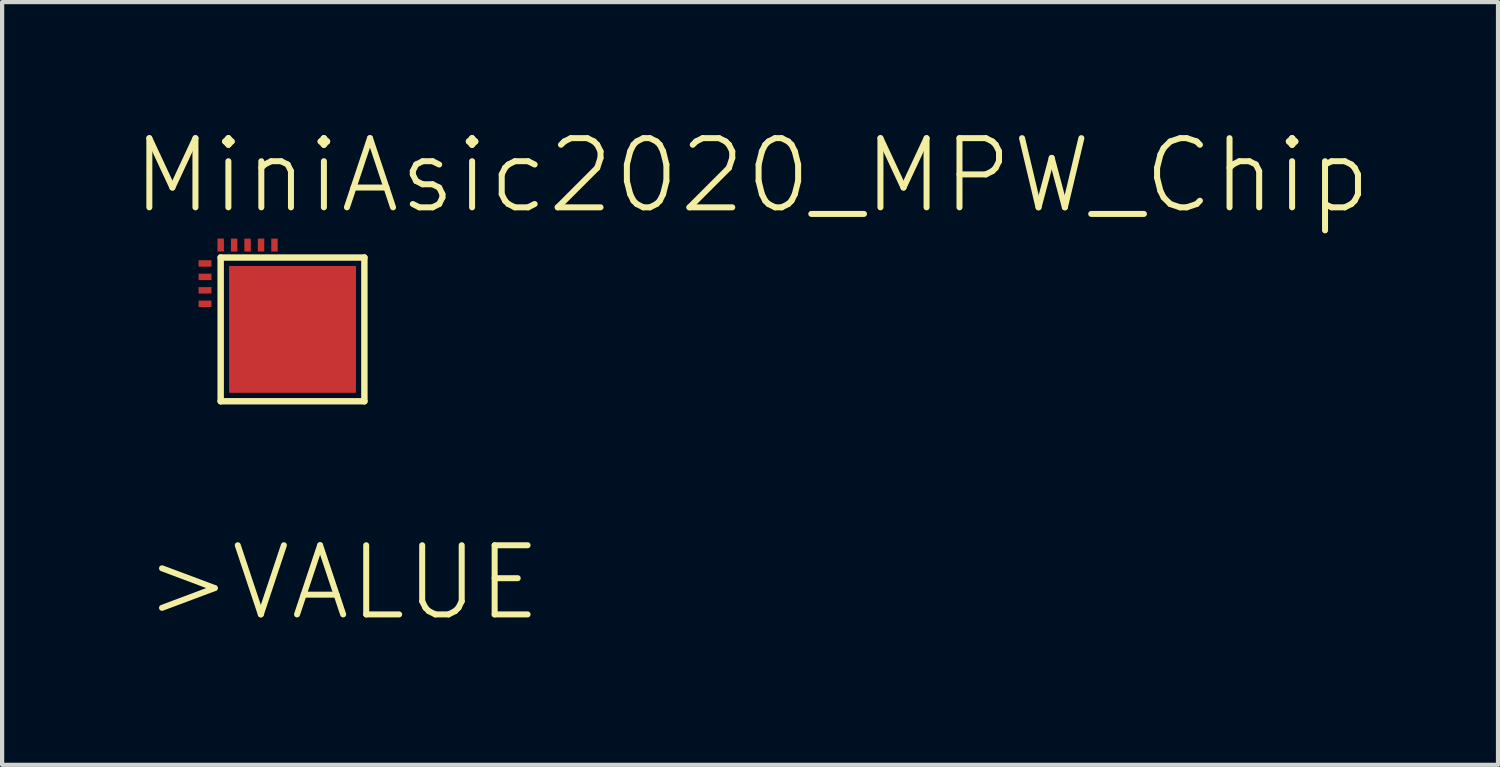
<source format=kicad_pcb>
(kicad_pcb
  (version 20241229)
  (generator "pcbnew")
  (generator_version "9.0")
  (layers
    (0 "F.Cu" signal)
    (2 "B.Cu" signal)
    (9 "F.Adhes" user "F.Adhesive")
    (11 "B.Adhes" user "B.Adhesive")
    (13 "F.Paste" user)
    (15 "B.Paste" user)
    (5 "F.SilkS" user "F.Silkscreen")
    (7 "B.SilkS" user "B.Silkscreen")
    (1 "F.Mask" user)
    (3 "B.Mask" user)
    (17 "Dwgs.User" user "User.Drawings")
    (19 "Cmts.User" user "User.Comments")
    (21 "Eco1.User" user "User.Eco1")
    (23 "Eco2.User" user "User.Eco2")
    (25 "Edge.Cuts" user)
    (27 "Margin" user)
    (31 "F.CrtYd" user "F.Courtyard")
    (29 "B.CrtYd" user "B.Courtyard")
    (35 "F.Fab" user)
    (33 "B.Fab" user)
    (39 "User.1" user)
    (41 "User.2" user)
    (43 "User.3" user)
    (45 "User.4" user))
  (footprint "MiniAsic2020_MPW_Chip"
    (layer "F.Cu")
    (at 2.17 6.442)
    (property "Reference" "MiniAsic2020_MPW_Chip" (at -2.17 -4.38 0) (layer "F.SilkS") (effects (font (size 1.636 1.636) (thickness 0.142)) (justify left bottom)))
    (fp_line (start 0 -3.4) (end 0 0) (stroke (width 0.152) (type solid)) (layer "F.SilkS"))
    (fp_line (start 0 0) (end 3.4 0) (stroke (width 0.152) (type solid)) (layer "F.SilkS"))
    (fp_line (start 3.4 -3.4) (end 0 -3.4) (stroke (width 0.152) (type solid)) (layer "F.SilkS"))
    (fp_line (start 3.4 0) (end 3.4 -3.4) (stroke (width 0.152) (type solid)) (layer "F.SilkS"))
    (fp_text user ">VALUE\n" (at -1.87 5.25 0) (layer "F.SilkS") (effects (font (size 1.636 1.636) (thickness 0.142)) (justify left bottom)))
    (pad "1" smd rect (at -0.37 -3.26 180) (size 0.305 0.152) (layers "F.Cu" "F.Mask" "F.Paste"))
    (pad "2" smd rect (at -0.37 -2.942 180) (size 0.305 0.152) (layers "F.Cu" "F.Mask" "F.Paste"))
    (pad "3" smd rect (at -0.37 -2.624 180) (size 0.305 0.152) (layers "F.Cu" "F.Mask" "F.Paste"))
    (pad "4" smd rect (at -0.37 -2.306 180) (size 0.305 0.152) (layers "F.Cu" "F.Mask" "F.Paste"))
    (pad "5" smd rect (at 0.000396 -3.695 90) (size 0.305 0.152) (layers "F.Cu" "F.Mask" "F.Paste"))
    (pad "6" smd rect (at 0.319 -3.695 90) (size 0.305 0.152) (layers "F.Cu" "F.Mask" "F.Paste"))
    (pad "7" smd rect (at 0.637 -3.695 90) (size 0.305 0.152) (layers "F.Cu" "F.Mask" "F.Paste"))
    (pad "8" smd rect (at 0.955 -3.695 90) (size 0.305 0.152) (layers "F.Cu" "F.Mask" "F.Paste"))
    (pad "9" smd rect (at 1.273 -3.695 90) (size 0.305 0.152) (layers "F.Cu" "F.Mask" "F.Paste"))
    (pad "10" smd rect (at 1.7 -1.7) (size 3 3) (layers "F.Cu" "F.Mask" "F.Paste")))
  (gr_rect
    (start -3 -3)
    (end 32.387 15.043)
    (stroke (width 0.1) (type default))
    (fill no)
    (layer "Edge.Cuts")))
</source>
